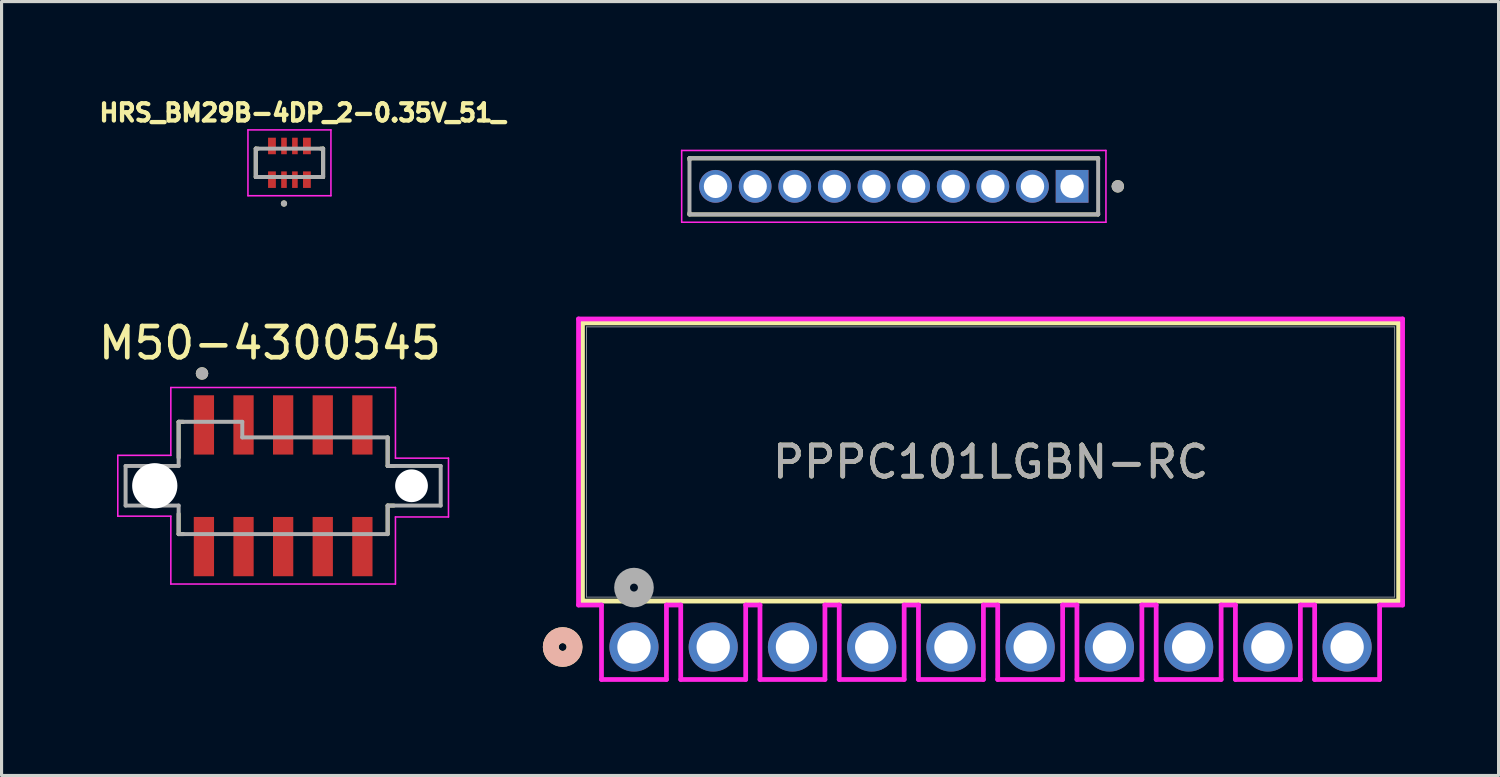
<source format=kicad_pcb>
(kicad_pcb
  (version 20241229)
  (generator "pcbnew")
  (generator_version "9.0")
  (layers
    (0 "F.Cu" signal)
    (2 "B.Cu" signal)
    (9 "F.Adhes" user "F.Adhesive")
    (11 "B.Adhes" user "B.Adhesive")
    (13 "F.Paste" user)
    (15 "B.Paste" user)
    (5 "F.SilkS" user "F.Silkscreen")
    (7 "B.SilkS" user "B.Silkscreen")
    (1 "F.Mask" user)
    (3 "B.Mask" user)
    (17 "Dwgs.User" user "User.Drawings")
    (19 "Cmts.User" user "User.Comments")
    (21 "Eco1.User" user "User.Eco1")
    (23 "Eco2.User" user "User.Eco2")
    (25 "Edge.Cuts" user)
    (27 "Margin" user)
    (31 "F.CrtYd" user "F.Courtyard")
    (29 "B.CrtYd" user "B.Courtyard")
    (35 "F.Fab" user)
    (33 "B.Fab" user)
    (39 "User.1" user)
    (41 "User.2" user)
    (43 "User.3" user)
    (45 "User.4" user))
  (footprint "PPPC101LGBN-RC"
    (layer "F.Cu")
    (at 17.272 17.69)
    (property "Reference" "PPPC101LGBN-RC" (at 11.43 -5.931 0) (unlocked yes) (layer "F.SilkS") (effects (font (size 1 1) (thickness 0.15))))
    (attr through_hole)
    (fp_line (start -1.651 -10.389) (end -1.651 -1.473) (stroke (width 0.152) (type solid)) (layer "F.SilkS"))
    (fp_line (start -1.651 -1.473) (end 24.511 -1.473) (stroke (width 0.152) (type solid)) (layer "F.SilkS"))
    (fp_line (start 24.511 -10.389) (end -1.651 -10.389) (stroke (width 0.152) (type solid)) (layer "F.SilkS"))
    (fp_line (start 24.511 -1.473) (end 24.511 -10.389) (stroke (width 0.152) (type solid)) (layer "F.SilkS"))
    (fp_circle (center -2.286 0) (end -1.905 0) (stroke (width 0.508) (type solid)) (fill no) (layer "F.SilkS"))
    (fp_circle (center -2.286 0) (end -1.905 0) (stroke (width 0.508) (type solid)) (fill no) (layer "B.SilkS"))
    (fp_line (start -1.778 -10.516) (end -1.778 -1.346) (stroke (width 0.152) (type solid)) (layer "F.CrtYd"))
    (fp_line (start -1.778 -1.346) (end -1.041 -1.346) (stroke (width 0.152) (type solid)) (layer "F.CrtYd"))
    (fp_line (start -1.041 -1.346) (end -1.041 1.041) (stroke (width 0.152) (type solid)) (layer "F.CrtYd"))
    (fp_line (start -1.041 1.041) (end 1.041 1.041) (stroke (width 0.152) (type solid)) (layer "F.CrtYd"))
    (fp_line (start 1.041 -1.346) (end 1.499 -1.346) (stroke (width 0.152) (type solid)) (layer "F.CrtYd"))
    (fp_line (start 1.041 1.041) (end 1.041 -1.346) (stroke (width 0.152) (type solid)) (layer "F.CrtYd"))
    (fp_line (start 1.499 -1.346) (end 1.499 1.041) (stroke (width 0.152) (type solid)) (layer "F.CrtYd"))
    (fp_line (start 1.499 1.041) (end 3.581 1.041) (stroke (width 0.152) (type solid)) (layer "F.CrtYd"))
    (fp_line (start 3.581 -1.346) (end 4.039 -1.346) (stroke (width 0.152) (type solid)) (layer "F.CrtYd"))
    (fp_line (start 3.581 1.041) (end 3.581 -1.346) (stroke (width 0.152) (type solid)) (layer "F.CrtYd"))
    (fp_line (start 4.039 -1.346) (end 4.039 1.041) (stroke (width 0.152) (type solid)) (layer "F.CrtYd"))
    (fp_line (start 4.039 1.041) (end 6.121 1.041) (stroke (width 0.152) (type solid)) (layer "F.CrtYd"))
    (fp_line (start 6.121 -1.346) (end 6.579 -1.346) (stroke (width 0.152) (type solid)) (layer "F.CrtYd"))
    (fp_line (start 6.121 1.041) (end 6.121 -1.346) (stroke (width 0.152) (type solid)) (layer "F.CrtYd"))
    (fp_line (start 6.579 -1.346) (end 6.579 1.041) (stroke (width 0.152) (type solid)) (layer "F.CrtYd"))
    (fp_line (start 6.579 1.041) (end 8.661 1.041) (stroke (width 0.152) (type solid)) (layer "F.CrtYd"))
    (fp_line (start 8.661 -1.346) (end 9.119 -1.346) (stroke (width 0.152) (type solid)) (layer "F.CrtYd"))
    (fp_line (start 8.661 1.041) (end 8.661 -1.346) (stroke (width 0.152) (type solid)) (layer "F.CrtYd"))
    (fp_line (start 9.119 -1.346) (end 9.119 1.041) (stroke (width 0.152) (type solid)) (layer "F.CrtYd"))
    (fp_line (start 9.119 1.041) (end 11.201 1.041) (stroke (width 0.152) (type solid)) (layer "F.CrtYd"))
    (fp_line (start 11.201 -1.346) (end 11.659 -1.346) (stroke (width 0.152) (type solid)) (layer "F.CrtYd"))
    (fp_line (start 11.201 1.041) (end 11.201 -1.346) (stroke (width 0.152) (type solid)) (layer "F.CrtYd"))
    (fp_line (start 11.659 -1.346) (end 11.659 1.041) (stroke (width 0.152) (type solid)) (layer "F.CrtYd"))
    (fp_line (start 11.659 1.041) (end 13.741 1.041) (stroke (width 0.152) (type solid)) (layer "F.CrtYd"))
    (fp_line (start 13.741 -1.346) (end 14.199 -1.346) (stroke (width 0.152) (type solid)) (layer "F.CrtYd"))
    (fp_line (start 13.741 1.041) (end 13.741 -1.346) (stroke (width 0.152) (type solid)) (layer "F.CrtYd"))
    (fp_line (start 14.199 -1.346) (end 14.199 1.041) (stroke (width 0.152) (type solid)) (layer "F.CrtYd"))
    (fp_line (start 14.199 1.041) (end 16.281 1.041) (stroke (width 0.152) (type solid)) (layer "F.CrtYd"))
    (fp_line (start 16.281 -1.346) (end 16.739 -1.346) (stroke (width 0.152) (type solid)) (layer "F.CrtYd"))
    (fp_line (start 16.281 1.041) (end 16.281 -1.346) (stroke (width 0.152) (type solid)) (layer "F.CrtYd"))
    (fp_line (start 16.739 -1.346) (end 16.739 1.041) (stroke (width 0.152) (type solid)) (layer "F.CrtYd"))
    (fp_line (start 16.739 1.041) (end 18.821 1.041) (stroke (width 0.152) (type solid)) (layer "F.CrtYd"))
    (fp_line (start 18.821 -1.346) (end 19.279 -1.346) (stroke (width 0.152) (type solid)) (layer "F.CrtYd"))
    (fp_line (start 18.821 1.041) (end 18.821 -1.346) (stroke (width 0.152) (type solid)) (layer "F.CrtYd"))
    (fp_line (start 19.279 -1.346) (end 19.279 1.041) (stroke (width 0.152) (type solid)) (layer "F.CrtYd"))
    (fp_line (start 19.279 1.041) (end 21.361 1.041) (stroke (width 0.152) (type solid)) (layer "F.CrtYd"))
    (fp_line (start 21.361 -1.346) (end 21.819 -1.346) (stroke (width 0.152) (type solid)) (layer "F.CrtYd"))
    (fp_line (start 21.361 1.041) (end 21.361 -1.346) (stroke (width 0.152) (type solid)) (layer "F.CrtYd"))
    (fp_line (start 21.819 -1.346) (end 21.819 1.041) (stroke (width 0.152) (type solid)) (layer "F.CrtYd"))
    (fp_line (start 21.819 1.041) (end 23.901 1.041) (stroke (width 0.152) (type solid)) (layer "F.CrtYd"))
    (fp_line (start 23.901 -1.346) (end 24.638 -1.346) (stroke (width 0.152) (type solid)) (layer "F.CrtYd"))
    (fp_line (start 23.901 1.041) (end 23.901 -1.346) (stroke (width 0.152) (type solid)) (layer "F.CrtYd"))
    (fp_line (start 24.638 -10.516) (end -1.778 -10.516) (stroke (width 0.152) (type solid)) (layer "F.CrtYd"))
    (fp_line (start 24.638 -1.346) (end 24.638 -10.516) (stroke (width 0.152) (type solid)) (layer "F.CrtYd"))
    (fp_line (start -1.524 -10.262) (end -1.524 -1.6) (stroke (width 0.025) (type solid)) (layer "F.Fab"))
    (fp_line (start -1.524 -1.6) (end 24.384 -1.6) (stroke (width 0.025) (type solid)) (layer "F.Fab"))
    (fp_line (start 24.384 -10.262) (end -1.524 -10.262) (stroke (width 0.025) (type solid)) (layer "F.Fab"))
    (fp_line (start 24.384 -1.6) (end 24.384 -10.262) (stroke (width 0.025) (type solid)) (layer "F.Fab"))
    (fp_circle (center 0 -1.905) (end 0.381 -1.905) (stroke (width 0.508) (type solid)) (fill no) (layer "F.Fab"))
    (fp_text user "${REFERENCE}" (at 11.43 -5.931 0) (unlocked yes) (layer "F.Fab") (effects (font (size 1 1) (thickness 0.15))))
    (pad "1" thru_hole circle (at 0 0) (size 1.575 1.575) (drill 1.067) (layers "*.Cu" "*.Mask"))
    (pad "2" thru_hole circle (at 2.54 0) (size 1.575 1.575) (drill 1.067) (layers "*.Cu" "*.Mask"))
    (pad "3" thru_hole circle (at 5.08 0) (size 1.575 1.575) (drill 1.067) (layers "*.Cu" "*.Mask"))
    (pad "4" thru_hole circle (at 7.62 0) (size 1.575 1.575) (drill 1.067) (layers "*.Cu" "*.Mask"))
    (pad "5" thru_hole circle (at 10.16 0) (size 1.575 1.575) (drill 1.067) (layers "*.Cu" "*.Mask"))
    (pad "6" thru_hole circle (at 12.7 0) (size 1.575 1.575) (drill 1.067) (layers "*.Cu" "*.Mask"))
    (pad "7" thru_hole circle (at 15.24 0) (size 1.575 1.575) (drill 1.067) (layers "*.Cu" "*.Mask"))
    (pad "8" thru_hole circle (at 17.78 0) (size 1.575 1.575) (drill 1.067) (layers "*.Cu" "*.Mask"))
    (pad "9" thru_hole circle (at 20.32 0) (size 1.575 1.575) (drill 1.067) (layers "*.Cu" "*.Mask"))
    (pad "10" thru_hole circle (at 22.86 0) (size 1.575 1.575) (drill 1.067) (layers "*.Cu" "*.Mask")))
  (footprint "M50-3031042"
    (layer "F.Cu")
    (at 25.601 2.923)
    (property "Reference" "M50-3031042" (at -3.705 -2.075 0) (layer "User.2") (effects (font (size 1 1) (thickness 0.15))))
    (attr through_hole)
    (fp_line (start -6.55 -0.9) (end -6.55 -0.845) (stroke (width 0.127) (type solid)) (layer "F.SilkS"))
    (fp_line (start -6.55 0.9) (end -6.55 0.845) (stroke (width 0.127) (type solid)) (layer "F.SilkS"))
    (fp_line (start -6.55 0.9) (end 6.55 0.9) (stroke (width 0.127) (type solid)) (layer "F.SilkS"))
    (fp_line (start 6.55 -0.9) (end -6.55 -0.9) (stroke (width 0.127) (type solid)) (layer "F.SilkS"))
    (fp_line (start 6.55 -0.845) (end 6.55 -0.9) (stroke (width 0.127) (type solid)) (layer "F.SilkS"))
    (fp_line (start 6.55 0.9) (end 6.55 0.845) (stroke (width 0.127) (type solid)) (layer "F.SilkS"))
    (fp_circle (center 7.18 0) (end 7.28 0) (stroke (width 0.2) (type solid)) (fill no) (layer "F.SilkS"))
    (fp_line (start -6.8 -1.15) (end 6.8 -1.15) (stroke (width 0.05) (type solid)) (layer "F.CrtYd"))
    (fp_line (start -6.8 1.15) (end -6.8 -1.15) (stroke (width 0.05) (type solid)) (layer "F.CrtYd"))
    (fp_line (start 6.8 -1.15) (end 6.8 1.15) (stroke (width 0.05) (type solid)) (layer "F.CrtYd"))
    (fp_line (start 6.8 1.15) (end -6.8 1.15) (stroke (width 0.05) (type solid)) (layer "F.CrtYd"))
    (fp_line (start -6.55 -0.9) (end -6.55 0.9) (stroke (width 0.127) (type solid)) (layer "F.Fab"))
    (fp_line (start -6.55 0.9) (end 6.55 0.9) (stroke (width 0.127) (type solid)) (layer "F.Fab"))
    (fp_line (start 6.55 -0.9) (end -6.55 -0.9) (stroke (width 0.127) (type solid)) (layer "F.Fab"))
    (fp_line (start 6.55 0.9) (end 6.55 -0.9) (stroke (width 0.127) (type solid)) (layer "F.Fab"))
    (fp_circle (center 7.18 0) (end 7.28 0) (stroke (width 0.2) (type solid)) (fill no) (layer "F.Fab"))
    (pad "1" thru_hole rect (at 5.715 0) (size 1.05 1.05) (drill 0.75) (layers "*.Cu" "*.Mask"))
    (pad "2" thru_hole circle (at 4.445 0) (size 1.05 1.05) (drill 0.75) (layers "*.Cu" "*.Mask"))
    (pad "3" thru_hole circle (at 3.175 0) (size 1.05 1.05) (drill 0.75) (layers "*.Cu" "*.Mask"))
    (pad "4" thru_hole circle (at 1.905 0) (size 1.05 1.05) (drill 0.75) (layers "*.Cu" "*.Mask"))
    (pad "5" thru_hole circle (at 0.635 0) (size 1.05 1.05) (drill 0.75) (layers "*.Cu" "*.Mask"))
    (pad "6" thru_hole circle (at -0.635 0) (size 1.05 1.05) (drill 0.75) (layers "*.Cu" "*.Mask"))
    (pad "7" thru_hole circle (at -1.905 0) (size 1.05 1.05) (drill 0.75) (layers "*.Cu" "*.Mask"))
    (pad "8" thru_hole circle (at -3.175 0) (size 1.05 1.05) (drill 0.75) (layers "*.Cu" "*.Mask"))
    (pad "9" thru_hole circle (at -4.445 0) (size 1.05 1.05) (drill 0.75) (layers "*.Cu" "*.Mask"))
    (pad "10" thru_hole circle (at -5.715 0) (size 1.05 1.05) (drill 0.75) (layers "*.Cu" "*.Mask")))
  (footprint "M50-4300545"
    (layer "F.Cu")
    (at 6.026 12.521)
    (property "Reference" "M50-4300545" (at -0.425 -4.575 0) (layer "F.SilkS") (effects (font (size 1 1) (thickness 0.15))))
    (attr smd)
    (fp_line (start -3.35 -2.05) (end -3.2 -2.05) (stroke (width 0.127) (type solid)) (layer "F.SilkS"))
    (fp_line (start -3.35 -0.9) (end -3.35 -2.05) (stroke (width 0.127) (type solid)) (layer "F.SilkS"))
    (fp_line (start -3.35 0.9) (end -3.35 1.55) (stroke (width 0.127) (type solid)) (layer "F.SilkS"))
    (fp_line (start -3.35 1.55) (end -3.2 1.55) (stroke (width 0.127) (type solid)) (layer "F.SilkS"))
    (fp_line (start 3.35 -0.635) (end 3.35 -1.55) (stroke (width 0.127) (type solid)) (layer "F.SilkS"))
    (fp_line (start 3.35 0.635) (end 3.55 0.635) (stroke (width 0.127) (type solid)) (layer "F.SilkS"))
    (fp_line (start 3.35 1.55) (end 3.35 0.635) (stroke (width 0.127) (type solid)) (layer "F.SilkS"))
    (fp_line (start 3.55 -0.635) (end 3.35 -0.635) (stroke (width 0.127) (type solid)) (layer "F.SilkS"))
    (fp_circle (center -2.6 -3.6) (end -2.5 -3.6) (stroke (width 0.2) (type solid)) (fill no) (layer "F.SilkS"))
    (fp_line (start -5.3 -0.975) (end -3.6 -0.975) (stroke (width 0.05) (type solid)) (layer "F.CrtYd"))
    (fp_line (start -5.3 0.975) (end -5.3 -0.975) (stroke (width 0.05) (type solid)) (layer "F.CrtYd"))
    (fp_line (start -3.6 -3.15) (end 3.6 -3.15) (stroke (width 0.05) (type solid)) (layer "F.CrtYd"))
    (fp_line (start -3.6 -0.975) (end -3.6 -3.15) (stroke (width 0.05) (type solid)) (layer "F.CrtYd"))
    (fp_line (start -3.6 0.975) (end -5.3 0.975) (stroke (width 0.05) (type solid)) (layer "F.CrtYd"))
    (fp_line (start -3.6 3.15) (end -3.6 0.975) (stroke (width 0.05) (type solid)) (layer "F.CrtYd"))
    (fp_line (start 3.6 -3.15) (end 3.6 -0.885) (stroke (width 0.05) (type solid)) (layer "F.CrtYd"))
    (fp_line (start 3.6 -0.885) (end 5.3 -0.885) (stroke (width 0.05) (type solid)) (layer "F.CrtYd"))
    (fp_line (start 3.6 1) (end 3.6 3.15) (stroke (width 0.05) (type solid)) (layer "F.CrtYd"))
    (fp_line (start 3.6 3.15) (end -3.6 3.15) (stroke (width 0.05) (type solid)) (layer "F.CrtYd"))
    (fp_line (start 5.3 -0.885) (end 5.3 1) (stroke (width 0.05) (type solid)) (layer "F.CrtYd"))
    (fp_line (start 5.3 1) (end 3.6 1) (stroke (width 0.05) (type solid)) (layer "F.CrtYd"))
    (fp_line (start -5.05 -0.635) (end -3.35 -0.635) (stroke (width 0.127) (type solid)) (layer "F.Fab"))
    (fp_line (start -5.05 0.635) (end -5.05 -0.635) (stroke (width 0.127) (type solid)) (layer "F.Fab"))
    (fp_line (start -3.35 -2.05) (end -1.31 -2.05) (stroke (width 0.127) (type solid)) (layer "F.Fab"))
    (fp_line (start -3.35 -0.635) (end -3.35 -2.05) (stroke (width 0.127) (type solid)) (layer "F.Fab"))
    (fp_line (start -3.35 0.635) (end -5.05 0.635) (stroke (width 0.127) (type solid)) (layer "F.Fab"))
    (fp_line (start -3.35 1.55) (end -3.35 0.635) (stroke (width 0.127) (type solid)) (layer "F.Fab"))
    (fp_line (start -1.31 -2.05) (end -1.31 -1.55) (stroke (width 0.127) (type solid)) (layer "F.Fab"))
    (fp_line (start -1.31 -1.55) (end 3.35 -1.55) (stroke (width 0.127) (type solid)) (layer "F.Fab"))
    (fp_line (start 3.35 -1.55) (end 3.35 -0.635) (stroke (width 0.127) (type solid)) (layer "F.Fab"))
    (fp_line (start 3.35 -0.635) (end 5.05 -0.635) (stroke (width 0.127) (type solid)) (layer "F.Fab"))
    (fp_line (start 3.35 0.635) (end 3.35 1.55) (stroke (width 0.127) (type solid)) (layer "F.Fab"))
    (fp_line (start 3.35 1.55) (end -3.35 1.55) (stroke (width 0.127) (type solid)) (layer "F.Fab"))
    (fp_line (start 5.05 -0.635) (end 5.05 0.635) (stroke (width 0.127) (type solid)) (layer "F.Fab"))
    (fp_line (start 5.05 0.635) (end 3.35 0.635) (stroke (width 0.127) (type solid)) (layer "F.Fab"))
    (fp_circle (center -2.6 -3.6) (end -2.5 -3.6) (stroke (width 0.2) (type solid)) (fill no) (layer "F.Fab"))
    (pad "" np_thru_hole circle (at -4.115 0) (size 1.45 1.45) (drill 1.45) (layers "*.Cu" "*.Mask"))
    (pad "" np_thru_hole circle (at 4.115 0) (size 1.05 1.05) (drill 1.05) (layers "*.Cu" "*.Mask"))
    (pad "1" smd rect (at -2.54 -1.95) (size 0.65 1.9) (layers "F.Cu" "F.Mask" "F.Paste"))
    (pad "2" smd rect (at -2.54 1.95) (size 0.65 1.9) (layers "F.Cu" "F.Mask" "F.Paste"))
    (pad "3" smd rect (at -1.27 -1.95) (size 0.65 1.9) (layers "F.Cu" "F.Mask" "F.Paste"))
    (pad "4" smd rect (at -1.27 1.95) (size 0.65 1.9) (layers "F.Cu" "F.Mask" "F.Paste"))
    (pad "5" smd rect (at 0 -1.95) (size 0.65 1.9) (layers "F.Cu" "F.Mask" "F.Paste"))
    (pad "6" smd rect (at 0 1.95) (size 0.65 1.9) (layers "F.Cu" "F.Mask" "F.Paste"))
    (pad "7" smd rect (at 1.27 -1.95) (size 0.65 1.9) (layers "F.Cu" "F.Mask" "F.Paste"))
    (pad "8" smd rect (at 1.27 1.95) (size 0.65 1.9) (layers "F.Cu" "F.Mask" "F.Paste"))
    (pad "9" smd rect (at 2.54 -1.95) (size 0.65 1.9) (layers "F.Cu" "F.Mask" "F.Paste"))
    (pad "10" smd rect (at 2.54 1.95) (size 0.65 1.9) (layers "F.Cu" "F.Mask" "F.Paste")))
  (footprint "HRS_BM29B-4DP_2-0.35V_51_"
    (layer "F.Cu")
    (at 6.228 2.169)
    (property "Reference" "HRS_BM29B-4DP_2-0.35V_51_" (at 0.42 -1.605 0) (layer "F.SilkS") (effects (font (size 0.551 0.551) (thickness 0.15))))
    (attr smd)
    (fp_poly (pts (xy -0.735 -0.855) (xy -0.385 -0.855) (xy -0.385 -0.225) (xy -0.735 -0.225)) (stroke (width 0.01) (type solid)) (fill yes) (layer "F.Mask"))
    (fp_poly (pts (xy -0.735 0.225) (xy -0.385 0.225) (xy -0.385 0.855) (xy -0.735 0.855)) (stroke (width 0.01) (type solid)) (fill yes) (layer "F.Mask"))
    (fp_poly (pts (xy -0.315 -0.855) (xy -0.035 -0.855) (xy -0.035 -0.225) (xy -0.315 -0.225)) (stroke (width 0.01) (type solid)) (fill yes) (layer "F.Mask"))
    (fp_poly (pts (xy -0.315 0.225) (xy -0.035 0.225) (xy -0.035 0.855) (xy -0.315 0.855)) (stroke (width 0.01) (type solid)) (fill yes) (layer "F.Mask"))
    (fp_poly (pts (xy 0.035 -0.855) (xy 0.315 -0.855) (xy 0.315 -0.225) (xy 0.035 -0.225)) (stroke (width 0.01) (type solid)) (fill yes) (layer "F.Mask"))
    (fp_poly (pts (xy 0.035 0.225) (xy 0.315 0.225) (xy 0.315 0.855) (xy 0.035 0.855)) (stroke (width 0.01) (type solid)) (fill yes) (layer "F.Mask"))
    (fp_poly (pts (xy 0.385 -0.855) (xy 0.735 -0.855) (xy 0.735 -0.225) (xy 0.385 -0.225)) (stroke (width 0.01) (type solid)) (fill yes) (layer "F.Mask"))
    (fp_poly (pts (xy 0.385 0.225) (xy 0.735 0.225) (xy 0.735 0.855) (xy 0.385 0.855)) (stroke (width 0.01) (type solid)) (fill yes) (layer "F.Mask"))
    (fp_line (start -1.08 -0.455) (end -1.08 0.455) (stroke (width 0.127) (type solid)) (layer "F.SilkS"))
    (fp_line (start -1.08 0.455) (end -1.005 0.455) (stroke (width 0.127) (type solid)) (layer "F.SilkS"))
    (fp_line (start -1.005 -0.455) (end -1.08 -0.455) (stroke (width 0.127) (type solid)) (layer "F.SilkS"))
    (fp_line (start 1.005 0.455) (end 1.08 0.455) (stroke (width 0.127) (type solid)) (layer "F.SilkS"))
    (fp_line (start 1.08 -0.455) (end 1.005 -0.455) (stroke (width 0.127) (type solid)) (layer "F.SilkS"))
    (fp_line (start 1.08 0.455) (end 1.08 -0.455) (stroke (width 0.127) (type solid)) (layer "F.SilkS"))
    (fp_circle (center -0.175 1.305) (end -0.125 1.305) (stroke (width 0.1) (type solid)) (fill no) (layer "F.SilkS"))
    (fp_poly (pts (xy -0.685 -0.805) (xy -0.435 -0.805) (xy -0.435 -0.381) (xy -0.685 -0.381)) (stroke (width 0.01) (type solid)) (fill yes) (layer "F.Paste"))
    (fp_poly (pts (xy -0.685 0.381) (xy -0.435 0.381) (xy -0.435 0.805) (xy -0.685 0.805)) (stroke (width 0.01) (type solid)) (fill yes) (layer "F.Paste"))
    (fp_poly (pts (xy -0.265 -0.805) (xy -0.085 -0.805) (xy -0.085 -0.381) (xy -0.265 -0.381)) (stroke (width 0.01) (type solid)) (fill yes) (layer "F.Paste"))
    (fp_poly (pts (xy -0.265 0.381) (xy -0.085 0.381) (xy -0.085 0.805) (xy -0.265 0.805)) (stroke (width 0.01) (type solid)) (fill yes) (layer "F.Paste"))
    (fp_poly (pts (xy 0.085 -0.805) (xy 0.265 -0.805) (xy 0.265 -0.381) (xy 0.085 -0.381)) (stroke (width 0.01) (type solid)) (fill yes) (layer "F.Paste"))
    (fp_poly (pts (xy 0.085 0.381) (xy 0.265 0.381) (xy 0.265 0.805) (xy 0.085 0.805)) (stroke (width 0.01) (type solid)) (fill yes) (layer "F.Paste"))
    (fp_poly (pts (xy 0.435 -0.805) (xy 0.685 -0.805) (xy 0.685 -0.381) (xy 0.435 -0.381)) (stroke (width 0.01) (type solid)) (fill yes) (layer "F.Paste"))
    (fp_poly (pts (xy 0.435 0.381) (xy 0.685 0.381) (xy 0.685 0.805) (xy 0.435 0.805)) (stroke (width 0.01) (type solid)) (fill yes) (layer "F.Paste"))
    (fp_line (start -1.33 -1.055) (end -1.33 1.055) (stroke (width 0.05) (type solid)) (layer "F.CrtYd"))
    (fp_line (start -1.33 1.055) (end 1.33 1.055) (stroke (width 0.05) (type solid)) (layer "F.CrtYd"))
    (fp_line (start 1.33 -1.055) (end -1.33 -1.055) (stroke (width 0.05) (type solid)) (layer "F.CrtYd"))
    (fp_line (start 1.33 1.055) (end 1.33 -1.055) (stroke (width 0.05) (type solid)) (layer "F.CrtYd"))
    (fp_line (start -1.08 -0.455) (end -1.08 0.455) (stroke (width 0.127) (type solid)) (layer "F.Fab"))
    (fp_line (start -1.08 0.455) (end 1.08 0.455) (stroke (width 0.127) (type solid)) (layer "F.Fab"))
    (fp_line (start 1.08 -0.455) (end -1.08 -0.455) (stroke (width 0.127) (type solid)) (layer "F.Fab"))
    (fp_line (start 1.08 0.455) (end 1.08 -0.455) (stroke (width 0.127) (type solid)) (layer "F.Fab"))
    (fp_circle (center -0.175 1.305) (end -0.125 1.305) (stroke (width 0.1) (type solid)) (fill no) (layer "F.Fab"))
    (pad "1" smd rect (at -0.175 0.54) (size 0.18 0.53) (layers "F.Cu"))
    (pad "2" smd rect (at -0.175 -0.54) (size 0.18 0.53) (layers "F.Cu"))
    (pad "3" smd rect (at 0.175 0.54) (size 0.18 0.53) (layers "F.Cu"))
    (pad "4" smd rect (at 0.175 -0.54) (size 0.18 0.53) (layers "F.Cu"))
    (pad "P1_1" smd rect (at -0.56 0.54) (size 0.25 0.53) (layers "F.Cu"))
    (pad "P1_2" smd rect (at -0.56 -0.54) (size 0.25 0.53) (layers "F.Cu"))
    (pad "P2_1" smd rect (at 0.56 0.54) (size 0.25 0.53) (layers "F.Cu"))
    (pad "P2_2" smd rect (at 0.56 -0.54) (size 0.25 0.53) (layers "F.Cu")))
  (gr_rect
    (start -3 -3)
    (end 44.986 21.808)
    (stroke (width 0.1) (type default))
    (fill no)
    (layer "Edge.Cuts")))
</source>
